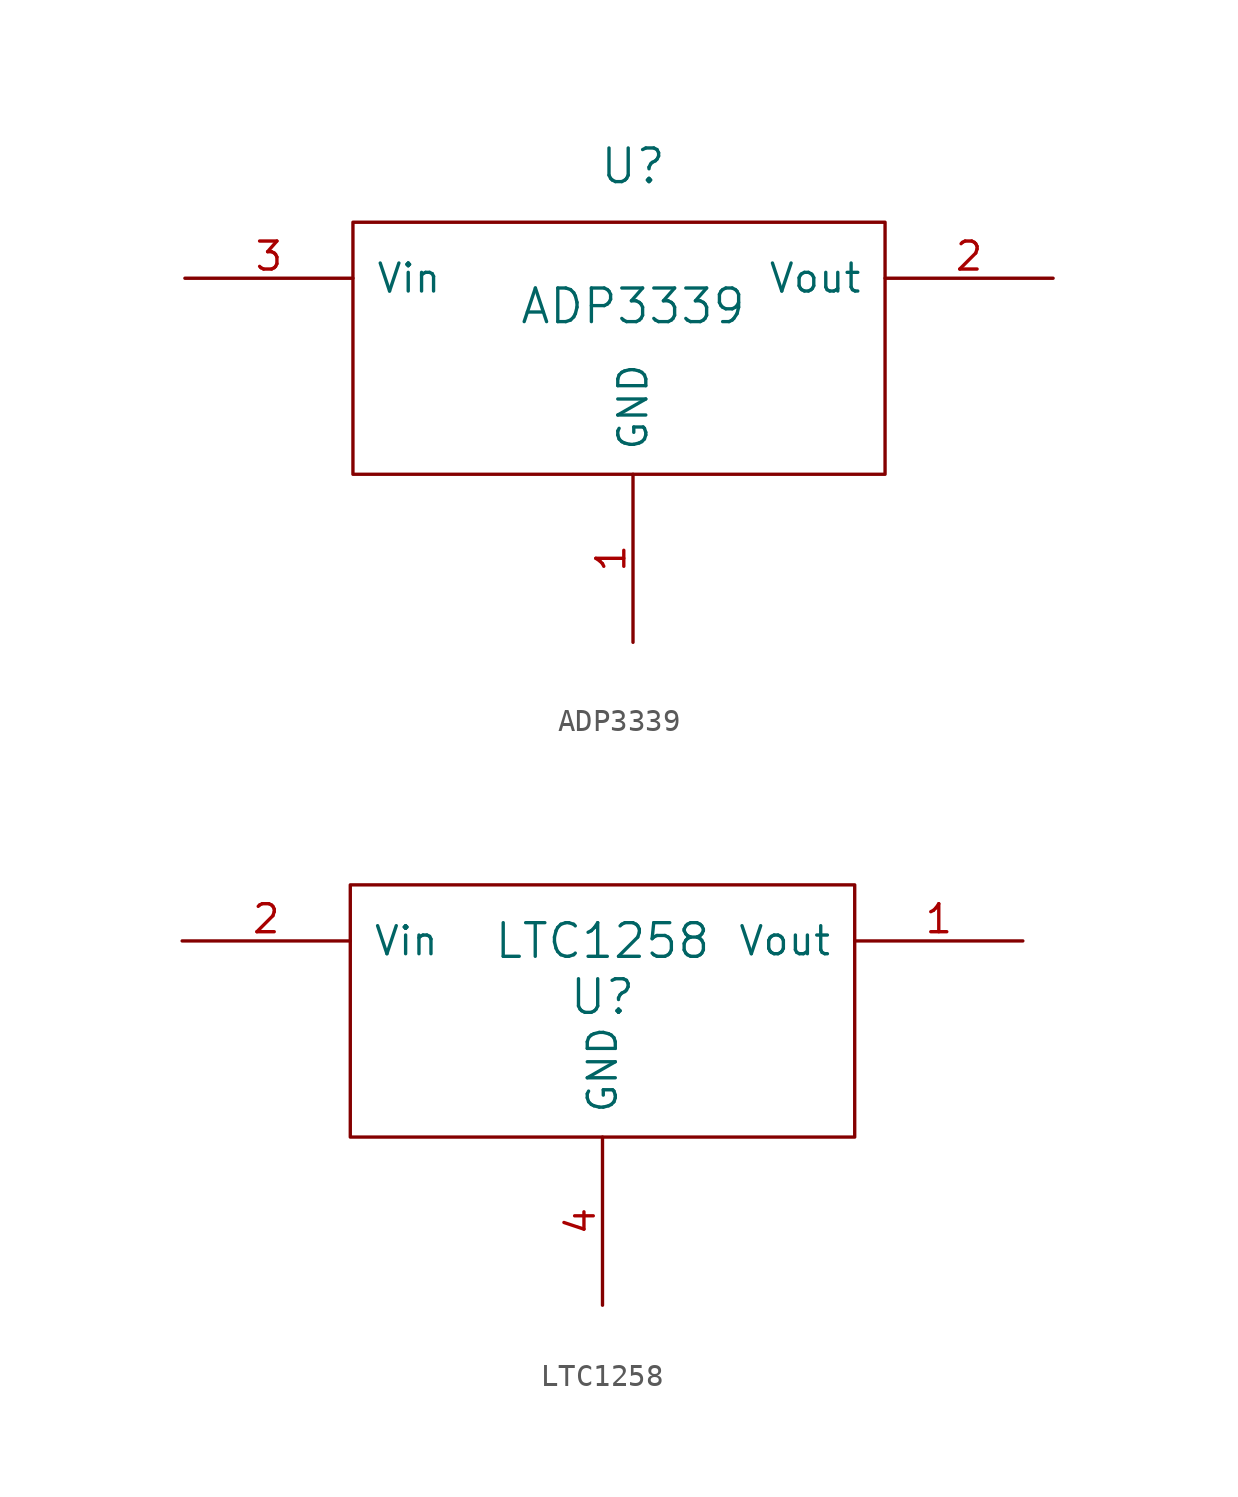
<source format=kicad_sym>
(kicad_symbol_lib
  (version 20211014)
  (generator kicad_symbol_editor)
  (symbol "ADP3339"
    (pin_names
      (offset 1.016))
    (property "Reference" "U"
      (at 0 11.43 0)
      (effects (font (size 1.524 1.524))))
    (property "Value" "ADP3339"
      (at 0 5.08 0)
      (effects (font (size 1.524 1.524))))
    (property "Footprint" ""
      (at 0 0 0)
      (effects (font (size 1.524 1.524))))
    (property "Datasheet" ""
      (at 0 0 0)
      (effects (font (size 1.524 1.524))))
    (symbol "ADP3339_0_1"
      (rectangle (start -12.7 8.89) (end 11.43 -2.54) (stroke (width 0) (type default) (color 0 0 0 0)) (fill (type none))))
    (symbol "ADP3339_1_1"
      (pin bidirectional line (at 0 -10.16 90) (length 7.62) (name "GND" (effects (font (size 1.27 1.27)))) (number "1" (effects (font (size 1.27 1.27)))))
      (pin bidirectional line (at 19.05 6.35 180) (length 7.62) (name "Vout" (effects (font (size 1.27 1.27)))) (number "2" (effects (font (size 1.27 1.27)))))
      (pin bidirectional line (at -20.32 6.35 0) (length 7.62) (name "Vin" (effects (font (size 1.27 1.27)))) (number "3" (effects (font (size 1.27 1.27)))))))
  (symbol "LTC1258"
    (pin_names
      (offset 1.016))
    (property "Reference" "U"
      (at 0 5.08 0)
      (effects (font (size 1.524 1.524))))
    (property "Value" "LTC1258"
      (at 0 7.62 0)
      (effects (font (size 1.524 1.524))))
    (property "Footprint" ""
      (at 0 0 0)
      (effects (font (size 1.524 1.524))))
    (property "Datasheet" ""
      (at 0 0 0)
      (effects (font (size 1.524 1.524))))
    (symbol "LTC1258_0_1"
      (rectangle (start -11.43 10.16) (end 11.43 -1.27) (stroke (width 0) (type default) (color 0 0 0 0)) (fill (type none))))
    (symbol "LTC1258_1_1"
      (pin bidirectional line (at 19.05 7.62 180) (length 7.62) (name "Vout" (effects (font (size 1.27 1.27)))) (number "1" (effects (font (size 1.27 1.27)))))
      (pin bidirectional line (at -19.05 7.62 0) (length 7.62) (name "Vin" (effects (font (size 1.27 1.27)))) (number "2" (effects (font (size 1.27 1.27)))))
      (pin bidirectional line (at 0 -8.89 90) (length 7.62) (name "GND" (effects (font (size 1.27 1.27)))) (number "4" (effects (font (size 1.27 1.27))))))))
</source>
